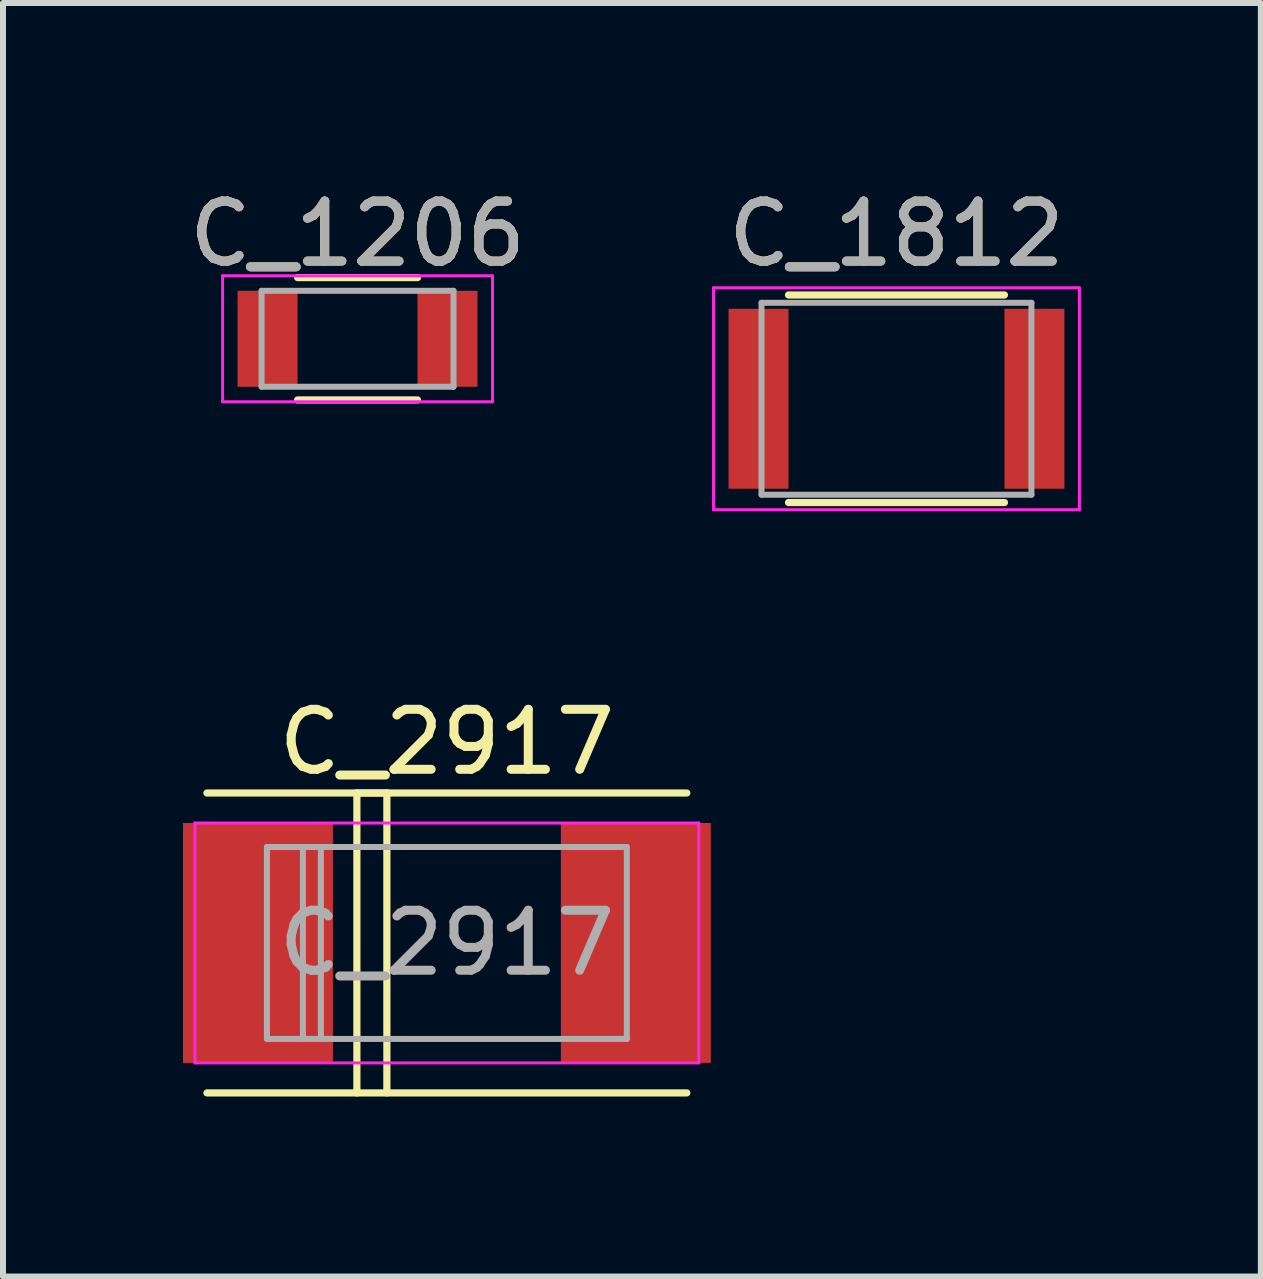
<source format=kicad_pcb>
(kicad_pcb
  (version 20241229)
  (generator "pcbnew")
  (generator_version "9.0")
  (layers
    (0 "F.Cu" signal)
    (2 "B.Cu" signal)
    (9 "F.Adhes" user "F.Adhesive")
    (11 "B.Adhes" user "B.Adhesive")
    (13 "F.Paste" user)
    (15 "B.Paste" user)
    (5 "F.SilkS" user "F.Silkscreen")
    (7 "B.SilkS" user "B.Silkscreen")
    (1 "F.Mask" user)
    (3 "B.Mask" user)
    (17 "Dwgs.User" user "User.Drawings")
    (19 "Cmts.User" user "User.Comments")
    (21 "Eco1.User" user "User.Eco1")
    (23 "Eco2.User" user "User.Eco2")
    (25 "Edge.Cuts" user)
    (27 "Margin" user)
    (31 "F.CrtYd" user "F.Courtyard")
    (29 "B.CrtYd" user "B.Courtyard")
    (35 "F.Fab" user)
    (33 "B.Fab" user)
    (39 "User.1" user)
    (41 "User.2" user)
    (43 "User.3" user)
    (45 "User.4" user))
  (footprint "C_2917"
    (layer "F.Cu")
    (at 4.4 12.671)
    (property "Reference" "C_2917" (at 0 -3.35 0) (layer "F.SilkS") (effects (font (size 1 1) (thickness 0.15))))
    (attr smd)
    (fp_line (start -4 -2.5) (end 4 -2.5) (stroke (width 0.12) (type solid)) (layer "F.SilkS"))
    (fp_line (start -4 2.5) (end 4 2.5) (stroke (width 0.12) (type solid)) (layer "F.SilkS"))
    (fp_line (start -1.5 -2.5) (end -1 -2.5) (stroke (width 0.12) (type solid)) (layer "F.SilkS"))
    (fp_line (start -1.5 2.5) (end -1.5 -2.5) (stroke (width 0.12) (type solid)) (layer "F.SilkS"))
    (fp_line (start -1 -2.5) (end -1 2.5) (stroke (width 0.12) (type solid)) (layer "F.SilkS"))
    (fp_line (start -4.2 -2) (end -4.2 2) (stroke (width 0.05) (type solid)) (layer "F.CrtYd"))
    (fp_line (start -4.2 2) (end 4.2 2) (stroke (width 0.05) (type solid)) (layer "F.CrtYd"))
    (fp_line (start 4.2 -2) (end -4.2 -2) (stroke (width 0.05) (type solid)) (layer "F.CrtYd"))
    (fp_line (start 4.2 2) (end 4.2 -2) (stroke (width 0.05) (type solid)) (layer "F.CrtYd"))
    (fp_line (start -3 -1.6) (end -3 1.6) (stroke (width 0.1) (type solid)) (layer "F.Fab"))
    (fp_line (start -3 1.6) (end 3 1.6) (stroke (width 0.1) (type solid)) (layer "F.Fab"))
    (fp_line (start -2.4 -1.6) (end -2.4 1.6) (stroke (width 0.1) (type solid)) (layer "F.Fab"))
    (fp_line (start -2.1 -1.6) (end -2.1 1.6) (stroke (width 0.1) (type solid)) (layer "F.Fab"))
    (fp_line (start 3 -1.6) (end -3 -1.6) (stroke (width 0.1) (type solid)) (layer "F.Fab"))
    (fp_line (start 3 1.6) (end 3 -1.6) (stroke (width 0.1) (type solid)) (layer "F.Fab"))
    (fp_text user "${REFERENCE}" (at 0 0 0) (layer "F.Fab") (effects (font (size 1 1) (thickness 0.15))))
    (pad "1" smd rect (at -3.15 0) (size 2.5 4) (layers "F.Cu" "F.Mask" "F.Paste"))
    (pad "2" smd rect (at 3.15 0) (size 2.5 4) (layers "F.Cu" "F.Mask" "F.Paste")))
  (footprint "C_1812"
    (layer "F.Cu")
    (at 11.896 3.598)
    (property "Reference" "C_1812" (at 0 -2.75 0) (layer "F.SilkS") (effects (font (size 1 1) (thickness 0.15))))
    (attr smd)
    (fp_line (start -1.8 1.73) (end 1.8 1.73) (stroke (width 0.12) (type solid)) (layer "F.SilkS"))
    (fp_line (start 1.8 -1.73) (end -1.8 -1.73) (stroke (width 0.12) (type solid)) (layer "F.SilkS"))
    (fp_line (start -3.05 -1.85) (end -3.05 1.85) (stroke (width 0.05) (type solid)) (layer "F.CrtYd"))
    (fp_line (start -3.05 -1.85) (end 3.05 -1.85) (stroke (width 0.05) (type solid)) (layer "F.CrtYd"))
    (fp_line (start 3.05 1.85) (end -3.05 1.85) (stroke (width 0.05) (type solid)) (layer "F.CrtYd"))
    (fp_line (start 3.05 1.85) (end 3.05 -1.85) (stroke (width 0.05) (type solid)) (layer "F.CrtYd"))
    (fp_line (start -2.25 -1.6) (end 2.25 -1.6) (stroke (width 0.1) (type solid)) (layer "F.Fab"))
    (fp_line (start -2.25 1.6) (end -2.25 -1.6) (stroke (width 0.1) (type solid)) (layer "F.Fab"))
    (fp_line (start 2.25 -1.6) (end 2.25 1.6) (stroke (width 0.1) (type solid)) (layer "F.Fab"))
    (fp_line (start 2.25 1.6) (end -2.25 1.6) (stroke (width 0.1) (type solid)) (layer "F.Fab"))
    (fp_text user "${REFERENCE}" (at 0 -2.75 0) (layer "F.Fab") (effects (font (size 1 1) (thickness 0.15))))
    (pad "1" smd rect (at -2.3 0) (size 1 3) (layers "F.Cu" "F.Mask" "F.Paste"))
    (pad "2" smd rect (at 2.3 0) (size 1 3) (layers "F.Cu" "F.Mask" "F.Paste")))
  (footprint "C_1206"
    (layer "F.Cu")
    (at 2.911 2.598)
    (property "Reference" "C_1206" (at 0 -1.75 0) (layer "F.SilkS") (effects (font (size 1 1) (thickness 0.15))))
    (attr smd)
    (fp_line (start -1 1.02) (end 1 1.02) (stroke (width 0.12) (type solid)) (layer "F.SilkS"))
    (fp_line (start 1 -1.02) (end -1 -1.02) (stroke (width 0.12) (type solid)) (layer "F.SilkS"))
    (fp_line (start -2.25 -1.05) (end -2.25 1.05) (stroke (width 0.05) (type solid)) (layer "F.CrtYd"))
    (fp_line (start -2.25 -1.05) (end 2.25 -1.05) (stroke (width 0.05) (type solid)) (layer "F.CrtYd"))
    (fp_line (start 2.25 1.05) (end -2.25 1.05) (stroke (width 0.05) (type solid)) (layer "F.CrtYd"))
    (fp_line (start 2.25 1.05) (end 2.25 -1.05) (stroke (width 0.05) (type solid)) (layer "F.CrtYd"))
    (fp_line (start -1.6 -0.8) (end 1.6 -0.8) (stroke (width 0.1) (type solid)) (layer "F.Fab"))
    (fp_line (start -1.6 0.8) (end -1.6 -0.8) (stroke (width 0.1) (type solid)) (layer "F.Fab"))
    (fp_line (start 1.6 -0.8) (end 1.6 0.8) (stroke (width 0.1) (type solid)) (layer "F.Fab"))
    (fp_line (start 1.6 0.8) (end -1.6 0.8) (stroke (width 0.1) (type solid)) (layer "F.Fab"))
    (fp_text user "${REFERENCE}" (at 0 -1.75 0) (layer "F.Fab") (effects (font (size 1 1) (thickness 0.15))))
    (pad "1" smd rect (at -1.5 0) (size 1 1.6) (layers "F.Cu" "F.Mask" "F.Paste"))
    (pad "2" smd rect (at 1.5 0) (size 1 1.6) (layers "F.Cu" "F.Mask" "F.Paste")))
  (gr_rect
    (start -3 -3)
    (end 17.971 18.232)
    (stroke (width 0.1) (type default))
    (fill no)
    (layer "Edge.Cuts")))
</source>
